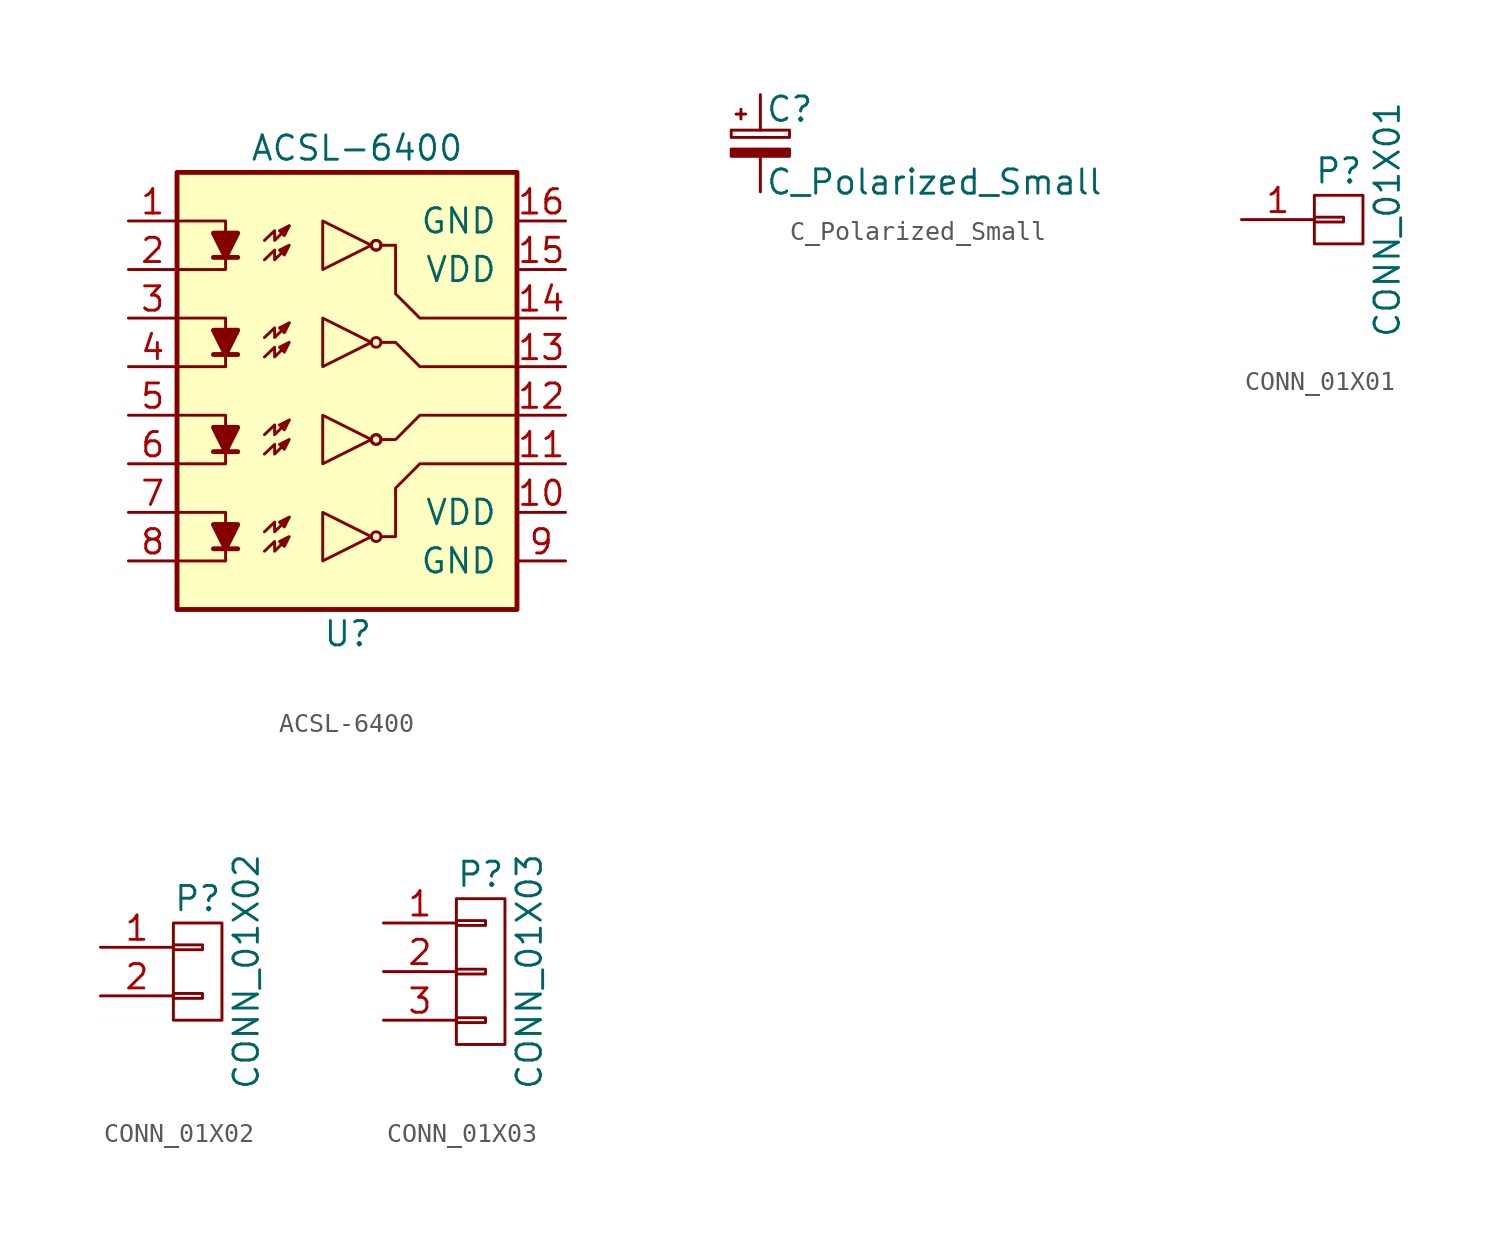
<source format=kicad_sym>
(kicad_symbol_lib
  (version 20231120)
  (generator "kicad_symbol_editor")
  (generator_version "8.0")
  (symbol "ACSL-6400"
    (pin_names
      (offset 1.016))
    (property "Reference" "U"
      (at -1.27 -12.7 0)
      (effects (font (size 1.27 1.27)) (justify left)))
    (property "Value" "ACSL-6400"
      (at -5.08 12.7 0)
      (effects (font (size 1.27 1.27)) (justify left)))
    (property "Datasheet" ""
      (at -3.81 -2.54 0)
      (effects (font (size 1.27 1.27)) (justify left)))
    (symbol "ACSL-6400_0_1"
      (rectangle (start -8.89 11.43) (end 8.89 -11.43) (stroke (width 0.254) (type solid)) (fill (type background)))
      (polyline (pts (xy -6.985 -8.255) (xy -5.715 -8.255)) (stroke (width 0.254) (type solid)) (fill (type none)))
      (polyline (pts (xy -6.985 -3.175) (xy -5.715 -3.175)) (stroke (width 0.254) (type solid)) (fill (type none)))
      (polyline (pts (xy -6.985 1.905) (xy -5.715 1.905)) (stroke (width 0.254) (type solid)) (fill (type none)))
      (polyline (pts (xy -6.985 6.985) (xy -5.715 6.985)) (stroke (width 0.254) (type solid)) (fill (type none)))
      (polyline (pts (xy -8.89 -6.35) (xy -6.35 -6.35) (xy -6.35 -8.89) (xy -8.89 -8.89)) (stroke (width 0) (type solid)) (fill (type none)))
      (polyline (pts (xy -8.89 -1.27) (xy -6.35 -1.27) (xy -6.35 -3.81) (xy -8.89 -3.81)) (stroke (width 0) (type solid)) (fill (type none)))
      (polyline (pts (xy -8.89 3.81) (xy -6.35 3.81) (xy -6.35 1.27) (xy -8.89 1.27)) (stroke (width 0) (type solid)) (fill (type none)))
      (polyline (pts (xy -8.89 8.89) (xy -6.35 8.89) (xy -6.35 6.35) (xy -8.89 6.35)) (stroke (width 0) (type solid)) (fill (type none)))
      (polyline (pts (xy -6.35 -8.255) (xy -6.985 -6.985) (xy -5.715 -6.985) (xy -6.35 -8.255)) (stroke (width 0.254) (type solid)) (fill (type outline)))
      (polyline (pts (xy -6.35 -3.175) (xy -6.985 -1.905) (xy -5.715 -1.905) (xy -6.35 -3.175)) (stroke (width 0.254) (type solid)) (fill (type outline)))
      (polyline (pts (xy -6.35 1.905) (xy -6.985 3.175) (xy -5.715 3.175) (xy -6.35 1.905)) (stroke (width 0.254) (type solid)) (fill (type outline)))
      (polyline (pts (xy -6.35 6.985) (xy -6.985 8.255) (xy -5.715 8.255) (xy -6.35 6.985)) (stroke (width 0.254) (type solid)) (fill (type outline)))
      (polyline (pts (xy -4.318 -7.366) (xy -3.785 -6.858) (xy -3.785 -7.366) (xy -3.023 -6.604)) (stroke (width 0) (type solid)) (fill (type none)))
      (polyline (pts (xy -4.318 -2.286) (xy -3.785 -1.778) (xy -3.785 -2.286) (xy -3.023 -1.524)) (stroke (width 0) (type solid)) (fill (type none)))
      (polyline (pts (xy -4.318 2.794) (xy -3.785 3.302) (xy -3.785 2.794) (xy -3.023 3.556)) (stroke (width 0) (type solid)) (fill (type none)))
      (polyline (pts (xy -4.318 7.874) (xy -3.785 8.382) (xy -3.785 7.874) (xy -3.023 8.636)) (stroke (width 0) (type solid)) (fill (type none)))
      (polyline (pts (xy -3.023 -6.604) (xy -3.531 -6.858) (xy -3.277 -7.112) (xy -3.023 -6.604)) (stroke (width 0) (type solid)) (fill (type none)))
      (polyline (pts (xy -3.023 -1.524) (xy -3.531 -1.778) (xy -3.277 -2.032) (xy -3.023 -1.524)) (stroke (width 0) (type solid)) (fill (type none)))
      (polyline (pts (xy -3.023 3.556) (xy -3.531 3.302) (xy -3.277 3.048) (xy -3.023 3.556)) (stroke (width 0) (type solid)) (fill (type none)))
      (polyline (pts (xy -3.023 8.636) (xy -3.531 8.382) (xy -3.277 8.128) (xy -3.023 8.636)) (stroke (width 0) (type solid)) (fill (type none)))
      (polyline (pts (xy -1.27 -6.35) (xy -1.27 -8.89) (xy 1.27 -7.62) (xy -1.27 -6.35)) (stroke (width 0) (type solid)) (fill (type none)))
      (polyline (pts (xy -1.27 -1.27) (xy -1.27 -3.81) (xy 1.27 -2.54) (xy -1.27 -1.27)) (stroke (width 0) (type solid)) (fill (type none)))
      (polyline (pts (xy -1.27 3.81) (xy 1.27 2.54) (xy -1.27 1.27) (xy -1.27 3.81)) (stroke (width 0) (type solid)) (fill (type none)))
      (polyline (pts (xy -1.27 8.89) (xy -1.27 6.35) (xy 1.27 7.62) (xy -1.27 8.89)) (stroke (width 0) (type solid)) (fill (type none)))
      (polyline (pts (xy 1.778 -2.54) (xy 2.54 -2.54) (xy 3.81 -1.27) (xy 8.89 -1.27)) (stroke (width 0) (type solid)) (fill (type none)))
      (polyline (pts (xy 1.778 2.54) (xy 2.54 2.54) (xy 3.81 1.27) (xy 8.89 1.27)) (stroke (width 0) (type solid)) (fill (type none)))
      (polyline (pts (xy 1.778 -7.62) (xy 2.54 -7.62) (xy 2.54 -5.08) (xy 3.81 -3.81) (xy 8.89 -3.81)) (stroke (width 0) (type solid)) (fill (type none)))
      (polyline (pts (xy 1.778 7.62) (xy 2.54 7.62) (xy 2.54 5.08) (xy 3.81 3.81) (xy 8.89 3.81)) (stroke (width 0) (type solid)) (fill (type none)))
      (polyline (pts (xy -4.318 -8.382) (xy -3.785 -7.874) (xy -3.785 -8.382) (xy -3.023 -7.62) (xy -3.531 -7.874) (xy -3.277 -8.128) (xy -3.023 -7.62)) (stroke (width 0) (type solid)) (fill (type none)))
      (polyline (pts (xy -4.318 -3.302) (xy -3.785 -2.794) (xy -3.785 -3.302) (xy -3.023 -2.54) (xy -3.531 -2.794) (xy -3.277 -3.048) (xy -3.023 -2.54)) (stroke (width 0) (type solid)) (fill (type none)))
      (polyline (pts (xy -4.318 1.778) (xy -3.785 2.286) (xy -3.785 1.778) (xy -3.023 2.54) (xy -3.531 2.286) (xy -3.277 2.032) (xy -3.023 2.54)) (stroke (width 0) (type solid)) (fill (type none)))
      (polyline (pts (xy -4.318 6.858) (xy -3.785 7.366) (xy -3.785 6.858) (xy -3.023 7.62) (xy -3.531 7.366) (xy -3.277 7.112) (xy -3.023 7.62)) (stroke (width 0) (type solid)) (fill (type none)))
      (circle (center 1.524 -7.62) (radius 0.254) (stroke (width 0) (type solid)) (fill (type none)))
      (circle (center 1.524 -2.54) (radius 0.254) (stroke (width 0) (type solid)) (fill (type none)))
      (circle (center 1.524 -2.54) (radius 0.254) (stroke (width 0) (type solid)) (fill (type none)))
      (circle (center 1.524 2.54) (radius 0.254) (stroke (width 0) (type solid)) (fill (type none)))
      (circle (center 1.524 7.62) (radius 0.254) (stroke (width 0) (type solid)) (fill (type none)))
      (circle (center 1.524 7.62) (radius 0.254) (stroke (width 0) (type solid)) (fill (type none))))
    (symbol "ACSL-6400_1_1"
      (pin passive line (at -11.43 8.89 0) (length 2.54) (name "~" (effects (font (size 1.27 1.27)))) (number "1" (effects (font (size 1.27 1.27)))))
      (pin power_in line (at 11.43 -6.35 180) (length 2.54) (name "VDD" (effects (font (size 1.27 1.27)))) (number "10" (effects (font (size 1.27 1.27)))))
      (pin output line (at 11.43 -3.81 180) (length 2.54) (name "~" (effects (font (size 1.27 1.27)))) (number "11" (effects (font (size 1.27 1.27)))))
      (pin output line (at 11.43 -1.27 180) (length 2.54) (name "~" (effects (font (size 1.27 1.27)))) (number "12" (effects (font (size 1.27 1.27)))))
      (pin output line (at 11.43 1.27 180) (length 2.54) (name "~" (effects (font (size 1.27 1.27)))) (number "13" (effects (font (size 1.27 1.27)))))
      (pin output line (at 11.43 3.81 180) (length 2.54) (name "~" (effects (font (size 1.27 1.27)))) (number "14" (effects (font (size 1.27 1.27)))))
      (pin power_in line (at 11.43 6.35 180) (length 2.54) (name "VDD" (effects (font (size 1.27 1.27)))) (number "15" (effects (font (size 1.27 1.27)))))
      (pin power_in line (at 11.43 8.89 180) (length 2.54) (name "GND" (effects (font (size 1.27 1.27)))) (number "16" (effects (font (size 1.27 1.27)))))
      (pin passive line (at -11.43 6.35 0) (length 2.54) (name "~" (effects (font (size 1.27 1.27)))) (number "2" (effects (font (size 1.27 1.27)))))
      (pin passive line (at -11.43 3.81 0) (length 2.54) (name "~" (effects (font (size 1.27 1.27)))) (number "3" (effects (font (size 1.27 1.27)))))
      (pin passive line (at -11.43 1.27 0) (length 2.54) (name "~" (effects (font (size 1.27 1.27)))) (number "4" (effects (font (size 1.27 1.27)))))
      (pin passive line (at -11.43 -1.27 0) (length 2.54) (name "~" (effects (font (size 1.27 1.27)))) (number "5" (effects (font (size 1.27 1.27)))))
      (pin passive line (at -11.43 -3.81 0) (length 2.54) (name "~" (effects (font (size 1.27 1.27)))) (number "6" (effects (font (size 1.27 1.27)))))
      (pin passive line (at -11.43 -6.35 0) (length 2.54) (name "~" (effects (font (size 1.27 1.27)))) (number "7" (effects (font (size 1.27 1.27)))))
      (pin passive line (at -11.43 -8.89 0) (length 2.54) (name "~" (effects (font (size 1.27 1.27)))) (number "8" (effects (font (size 1.27 1.27)))))
      (pin power_in line (at 11.43 -8.89 180) (length 2.54) (name "GND" (effects (font (size 1.27 1.27)))) (number "9" (effects (font (size 1.27 1.27)))))))
  (symbol "C_Polarized_Small"
    (pin_numbers hide)
    (pin_names
      (offset 0.254) hide)
    (property "Reference" "C"
      (at 0.254 1.778 0)
      (effects (font (size 1.27 1.27)) (justify left)))
    (property "Value" "C_Polarized_Small"
      (at 0.254 -2.032 0)
      (effects (font (size 1.27 1.27)) (justify left)))
    (property "LCSC" ""
      (at 0 0 0)
      (effects (font (size 1.27 1.27))))
    (symbol "C_Polarized_Small_0_1"
      (rectangle (start -1.524 -0.305) (end 1.524 -0.686) (stroke (width 0) (type default)) (fill (type outline)))
      (rectangle (start -1.524 0.686) (end 1.524 0.305) (stroke (width 0) (type default)) (fill (type none)))
      (polyline (pts (xy -1.27 1.524) (xy -0.762 1.524)) (stroke (width 0) (type default)) (fill (type none)))
      (polyline (pts (xy -1.016 1.27) (xy -1.016 1.778)) (stroke (width 0) (type default)) (fill (type none))))
    (symbol "C_Polarized_Small_1_1"
      (pin passive line (at 0 2.54 270) (length 1.854) (name "~" (effects (font (size 1.27 1.27)))) (number "1" (effects (font (size 1.27 1.27)))))
      (pin passive line (at 0 -2.54 90) (length 1.854) (name "~" (effects (font (size 1.27 1.27)))) (number "2" (effects (font (size 1.27 1.27)))))))
  (symbol "CONN_01X01"
    (pin_names
      (offset 1.016) hide)
    (property "Reference" "P"
      (at 0 2.54 0)
      (effects (font (size 1.27 1.27))))
    (property "Value" "CONN_01X01"
      (at 2.54 0 90)
      (effects (font (size 1.27 1.27))))
    (symbol "CONN_01X01_0_1"
      (rectangle (start -1.27 0.127) (end 0.254 -0.127) (stroke (width 0) (type solid)) (fill (type none)))
      (rectangle (start -1.27 1.27) (end 1.27 -1.27) (stroke (width 0) (type solid)) (fill (type none))))
    (symbol "CONN_01X01_1_1"
      (pin passive line (at -5.08 0 0) (length 3.81) (name "P1" (effects (font (size 1.27 1.27)))) (number "1" (effects (font (size 1.27 1.27)))))))
  (symbol "CONN_01X02"
    (pin_names
      (offset 1.016) hide)
    (property "Reference" "P"
      (at 0 3.81 0)
      (effects (font (size 1.27 1.27))))
    (property "Value" "CONN_01X02"
      (at 2.54 0 90)
      (effects (font (size 1.27 1.27))))
    (symbol "CONN_01X02_0_1"
      (rectangle (start -1.27 -1.143) (end 0.254 -1.397) (stroke (width 0) (type solid)) (fill (type none)))
      (rectangle (start -1.27 1.397) (end 0.254 1.143) (stroke (width 0) (type solid)) (fill (type none)))
      (rectangle (start -1.27 2.54) (end 1.27 -2.54) (stroke (width 0) (type solid)) (fill (type none))))
    (symbol "CONN_01X02_1_1"
      (pin passive line (at -5.08 1.27 0) (length 3.81) (name "P1" (effects (font (size 1.27 1.27)))) (number "1" (effects (font (size 1.27 1.27)))))
      (pin passive line (at -5.08 -1.27 0) (length 3.81) (name "P2" (effects (font (size 1.27 1.27)))) (number "2" (effects (font (size 1.27 1.27)))))))
  (symbol "CONN_01X03"
    (pin_names
      (offset 1.016) hide)
    (property "Reference" "P"
      (at 0 5.08 0)
      (effects (font (size 1.27 1.27))))
    (property "Value" "CONN_01X03"
      (at 2.54 0 90)
      (effects (font (size 1.27 1.27))))
    (symbol "CONN_01X03_0_1"
      (rectangle (start -1.27 -2.413) (end 0.254 -2.667) (stroke (width 0) (type solid)) (fill (type none)))
      (rectangle (start -1.27 0.127) (end 0.254 -0.127) (stroke (width 0) (type solid)) (fill (type none)))
      (rectangle (start -1.27 2.667) (end 0.254 2.413) (stroke (width 0) (type solid)) (fill (type none)))
      (rectangle (start -1.27 3.81) (end 1.27 -3.81) (stroke (width 0) (type solid)) (fill (type none))))
    (symbol "CONN_01X03_1_1"
      (pin passive line (at -5.08 2.54 0) (length 3.81) (name "P1" (effects (font (size 1.27 1.27)))) (number "1" (effects (font (size 1.27 1.27)))))
      (pin passive line (at -5.08 0 0) (length 3.81) (name "P2" (effects (font (size 1.27 1.27)))) (number "2" (effects (font (size 1.27 1.27)))))
      (pin passive line (at -5.08 -2.54 0) (length 3.81) (name "P3" (effects (font (size 1.27 1.27)))) (number "3" (effects (font (size 1.27 1.27))))))))
</source>
